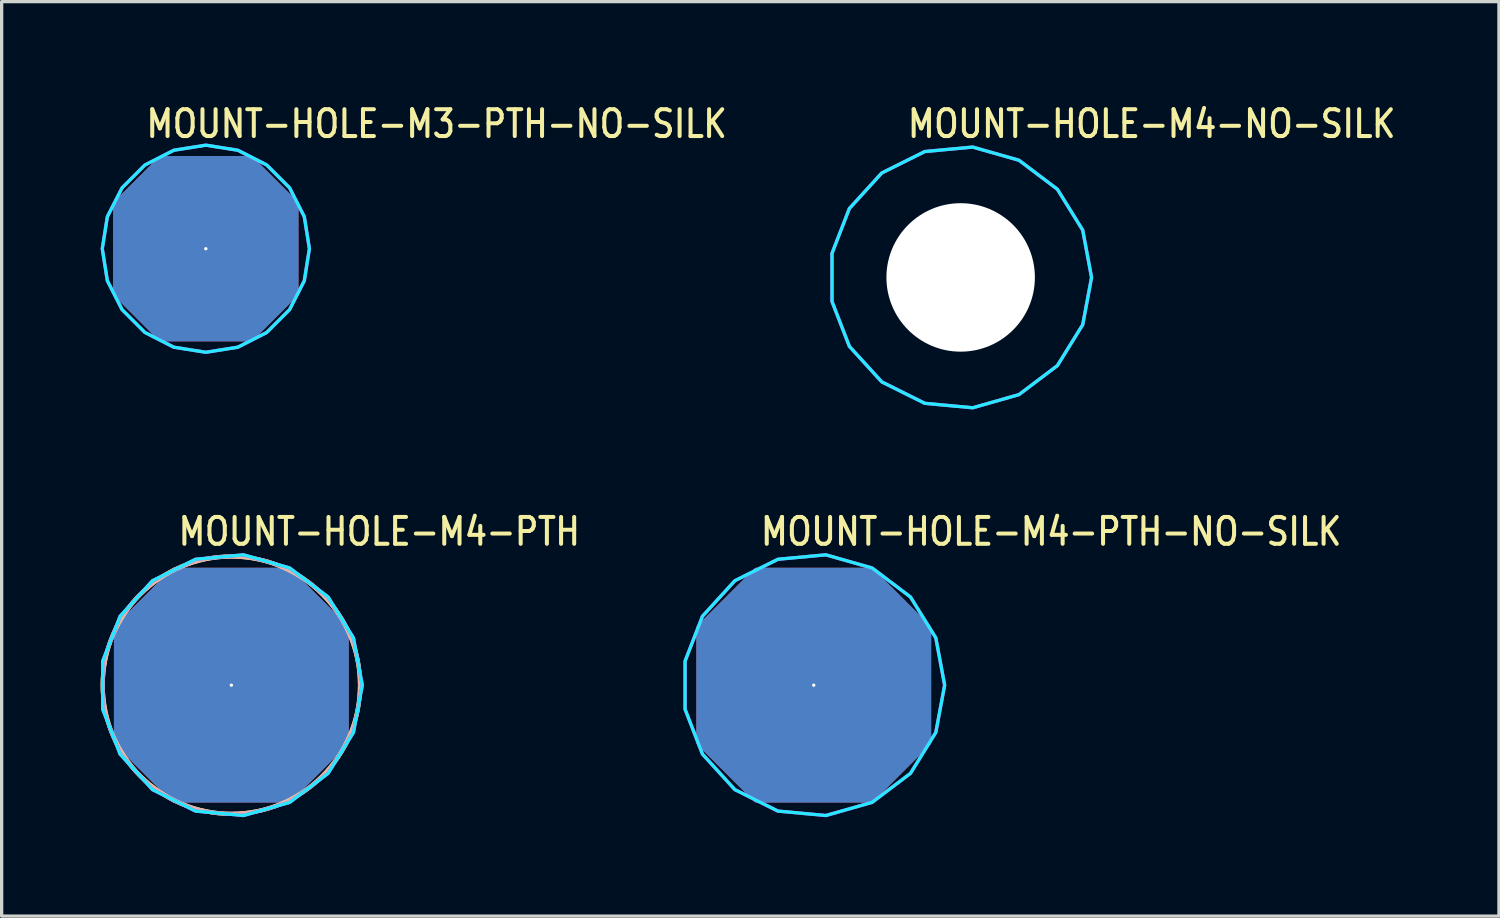
<source format=kicad_pcb>
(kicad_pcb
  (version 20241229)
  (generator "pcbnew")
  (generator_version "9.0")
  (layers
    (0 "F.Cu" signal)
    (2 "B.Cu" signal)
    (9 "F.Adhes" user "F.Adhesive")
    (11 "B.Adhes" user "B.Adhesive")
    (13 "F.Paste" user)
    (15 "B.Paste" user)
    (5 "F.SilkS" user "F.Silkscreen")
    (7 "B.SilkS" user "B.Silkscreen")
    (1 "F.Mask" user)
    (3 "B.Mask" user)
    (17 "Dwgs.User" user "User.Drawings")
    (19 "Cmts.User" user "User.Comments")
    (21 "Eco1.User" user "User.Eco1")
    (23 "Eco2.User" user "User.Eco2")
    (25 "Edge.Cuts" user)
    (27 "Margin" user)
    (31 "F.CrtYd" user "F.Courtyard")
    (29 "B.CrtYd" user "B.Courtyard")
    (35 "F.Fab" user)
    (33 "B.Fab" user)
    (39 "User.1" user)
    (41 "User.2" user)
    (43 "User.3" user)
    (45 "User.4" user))
  (footprint "MOUNT-HOLE-M4-PTH"
    (layer "F.Cu")
    (at 3.963 17.718)
    (property "Reference" "MOUNT-HOLE-M4-PTH" (at -1.67 -4.18 0) (unlocked yes) (layer "F.SilkS") (effects (font (size 0.813 0.695) (thickness 0.122)) (justify left bottom)))
    (fp_circle (center 0 0) (end 3.9 0) (stroke (width 0.127) (type solid)) (fill no) (layer "F.SilkS"))
    (fp_circle (center 0 0) (end 3.9 0) (stroke (width 0.127) (type solid)) (fill no) (layer "B.SilkS"))
    (fp_poly (pts (xy 3.968 0) (xy 3.7 -1.433) (xy 2.932 -2.673) (xy 1.768 -3.552) (xy 0.366 -3.951) (xy -1.086 -3.816) (xy -2.391 -3.166) (xy -3.373 -2.089) (xy -3.9 -0.729) (xy -3.9 0.729) (xy -3.373 2.089) (xy -2.391 3.166) (xy -1.086 3.816) (xy 0.366 3.951) (xy 1.768 3.552) (xy 2.932 2.673) (xy 3.7 1.433)) (stroke (width 0.1) (type solid)) (fill no) (layer "B.CrtYd"))
    (fp_poly (pts (xy 3.968 0) (xy 3.7 -1.433) (xy 2.932 -2.673) (xy 1.768 -3.552) (xy 0.366 -3.951) (xy -1.086 -3.816) (xy -2.391 -3.166) (xy -3.373 -2.089) (xy -3.9 -0.729) (xy -3.9 0.729) (xy -3.373 2.089) (xy -2.391 3.166) (xy -1.086 3.816) (xy 0.366 3.951) (xy 1.768 3.552) (xy 2.932 2.673) (xy 3.7 1.433)) (stroke (width 0.1) (type solid)) (fill no) (layer "F.CrtYd"))
    (pad "1" thru_hole custom (at 0 0) (size 0.1 0.1) (drill 4.5) (layers "*.Cu" "*.Mask") (options (anchor rect)) (primitives (gr_poly (pts (xy 3.5 1.75) (xy 1.75 3.5) (xy -1.75 3.5) (xy -3.5 1.75) (xy -3.5 -1.75) (xy -1.75 -3.5) (xy 1.75 -3.5) (xy 3.5 -1.75)) (width 0.12) (fill yes)))))
  (footprint "MOUNT-HOLE-M3-PTH-NO-SILK"
    (layer "F.Cu")
    (at 3.189 4.489)
    (property "Reference" "MOUNT-HOLE-M3-PTH-NO-SILK" (at -1.87 -3.31 0) (unlocked yes) (layer "F.SilkS") (effects (font (size 0.813 0.695) (thickness 0.122)) (justify left bottom)))
    (fp_poly (pts (xy 3.139 0) (xy 2.985 -0.97) (xy 2.539 -1.845) (xy 1.845 -2.539) (xy 0.97 -2.985) (xy 0 -3.139) (xy -0.97 -2.985) (xy -1.845 -2.539) (xy -2.539 -1.845) (xy -2.985 -0.97) (xy -3.139 0) (xy -2.985 0.97) (xy -2.539 1.845) (xy -1.845 2.539) (xy -0.97 2.985) (xy 0 3.139) (xy 0.97 2.985) (xy 1.845 2.539) (xy 2.539 1.845) (xy 2.985 0.97)) (stroke (width 0.1) (type solid)) (fill no) (layer "B.CrtYd"))
    (fp_poly (pts (xy 3.139 0) (xy 2.985 -0.97) (xy 2.539 -1.845) (xy 1.845 -2.539) (xy 0.97 -2.985) (xy 0 -3.139) (xy -0.97 -2.985) (xy -1.845 -2.539) (xy -2.539 -1.845) (xy -2.985 -0.97) (xy -3.139 0) (xy -2.985 0.97) (xy -2.539 1.845) (xy -1.845 2.539) (xy -0.97 2.985) (xy 0 3.139) (xy 0.97 2.985) (xy 1.845 2.539) (xy 2.539 1.845) (xy 2.985 0.97)) (stroke (width 0.1) (type solid)) (fill no) (layer "F.CrtYd"))
    (pad "1" thru_hole custom (at 0 0) (size 0.1 0.1) (drill 3.4) (layers "*.Cu" "*.Mask") (options (anchor rect)) (primitives (gr_poly (pts (xy 2.75 1.375) (xy 1.375 2.75) (xy -1.375 2.75) (xy -2.75 1.375) (xy -2.75 -1.375) (xy -1.375 -2.75) (xy 1.375 -2.75) (xy 2.75 -1.375)) (width 0.12) (fill yes)))))
  (footprint "MOUNT-HOLE-M4-NO-SILK"
    (layer "F.Cu")
    (at 26.068 5.359)
    (property "Reference" "MOUNT-HOLE-M4-NO-SILK" (at -1.67 -4.18 0) (unlocked yes) (layer "F.SilkS") (effects (font (size 0.813 0.695) (thickness 0.122)) (justify left bottom)))
    (fp_circle (center 0 0) (end 3.75 0) (stroke (width 0) (type solid)) (fill yes) (layer "F.Mask"))
    (fp_circle (center 0 0) (end 3.9 0) (stroke (width 0) (type solid)) (fill yes) (layer "F.Mask"))
    (fp_circle (center 0 0) (end 3.9 0) (stroke (width 0) (type solid)) (fill yes) (layer "F.Mask"))
    (fp_circle (center 0 0) (end 3.75 0) (stroke (width 0) (type solid)) (fill yes) (layer "B.Mask"))
    (fp_circle (center 0 0) (end 3.9 0) (stroke (width 0) (type solid)) (fill yes) (layer "B.Mask"))
    (fp_poly (pts (xy 3.968 0) (xy 3.7 -1.433) (xy 2.932 -2.673) (xy 1.768 -3.552) (xy 0.366 -3.951) (xy -1.086 -3.816) (xy -2.391 -3.166) (xy -3.373 -2.089) (xy -3.9 -0.729) (xy -3.9 0.729) (xy -3.373 2.089) (xy -2.391 3.166) (xy -1.086 3.816) (xy 0.366 3.951) (xy 1.768 3.552) (xy 2.932 2.673) (xy 3.7 1.433)) (stroke (width 0.1) (type solid)) (fill no) (layer "B.CrtYd"))
    (fp_poly (pts (xy 3.968 0) (xy 3.7 -1.433) (xy 2.932 -2.673) (xy 1.768 -3.552) (xy 0.366 -3.951) (xy -1.086 -3.816) (xy -2.391 -3.166) (xy -3.373 -2.089) (xy -3.9 -0.729) (xy -3.9 0.729) (xy -3.373 2.089) (xy -2.391 3.166) (xy -1.086 3.816) (xy 0.366 3.951) (xy 1.768 3.552) (xy 2.932 2.673) (xy 3.7 1.433)) (stroke (width 0.1) (type solid)) (fill no) (layer "F.CrtYd"))
    (pad "" np_thru_hole circle (at 0 0) (size 4.5 4.5) (drill 4.5) (layers "*.Cu" "*.Mask")))
  (footprint "MOUNT-HOLE-M4-PTH-NO-SILK"
    (layer "F.Cu")
    (at 21.615 17.718)
    (property "Reference" "MOUNT-HOLE-M4-PTH-NO-SILK" (at -1.67 -4.18 0) (unlocked yes) (layer "F.SilkS") (effects (font (size 0.813 0.695) (thickness 0.122)) (justify left bottom)))
    (fp_poly (pts (xy 3.968 0) (xy 3.7 -1.433) (xy 2.932 -2.673) (xy 1.768 -3.552) (xy 0.366 -3.951) (xy -1.086 -3.816) (xy -2.391 -3.166) (xy -3.373 -2.089) (xy -3.9 -0.729) (xy -3.9 0.729) (xy -3.373 2.089) (xy -2.391 3.166) (xy -1.086 3.816) (xy 0.366 3.951) (xy 1.768 3.552) (xy 2.932 2.673) (xy 3.7 1.433)) (stroke (width 0.1) (type solid)) (fill no) (layer "B.CrtYd"))
    (fp_poly (pts (xy 3.968 0) (xy 3.7 -1.433) (xy 2.932 -2.673) (xy 1.768 -3.552) (xy 0.366 -3.951) (xy -1.086 -3.816) (xy -2.391 -3.166) (xy -3.373 -2.089) (xy -3.9 -0.729) (xy -3.9 0.729) (xy -3.373 2.089) (xy -2.391 3.166) (xy -1.086 3.816) (xy 0.366 3.951) (xy 1.768 3.552) (xy 2.932 2.673) (xy 3.7 1.433)) (stroke (width 0.1) (type solid)) (fill no) (layer "F.CrtYd"))
    (pad "1" thru_hole custom (at 0 0) (size 0.1 0.1) (drill 4.5) (layers "*.Cu" "*.Mask") (options (anchor rect)) (primitives (gr_poly (pts (xy 3.5 1.75) (xy 1.75 3.5) (xy -1.75 3.5) (xy -3.5 1.75) (xy -3.5 -1.75) (xy -1.75 -3.5) (xy 1.75 -3.5) (xy 3.5 -1.75)) (width 0.12) (fill yes)))))
  (gr_rect
    (start -3 -3)
    (end 42.384 24.718)
    (stroke (width 0.1) (type default))
    (fill no)
    (layer "Edge.Cuts")))
</source>
